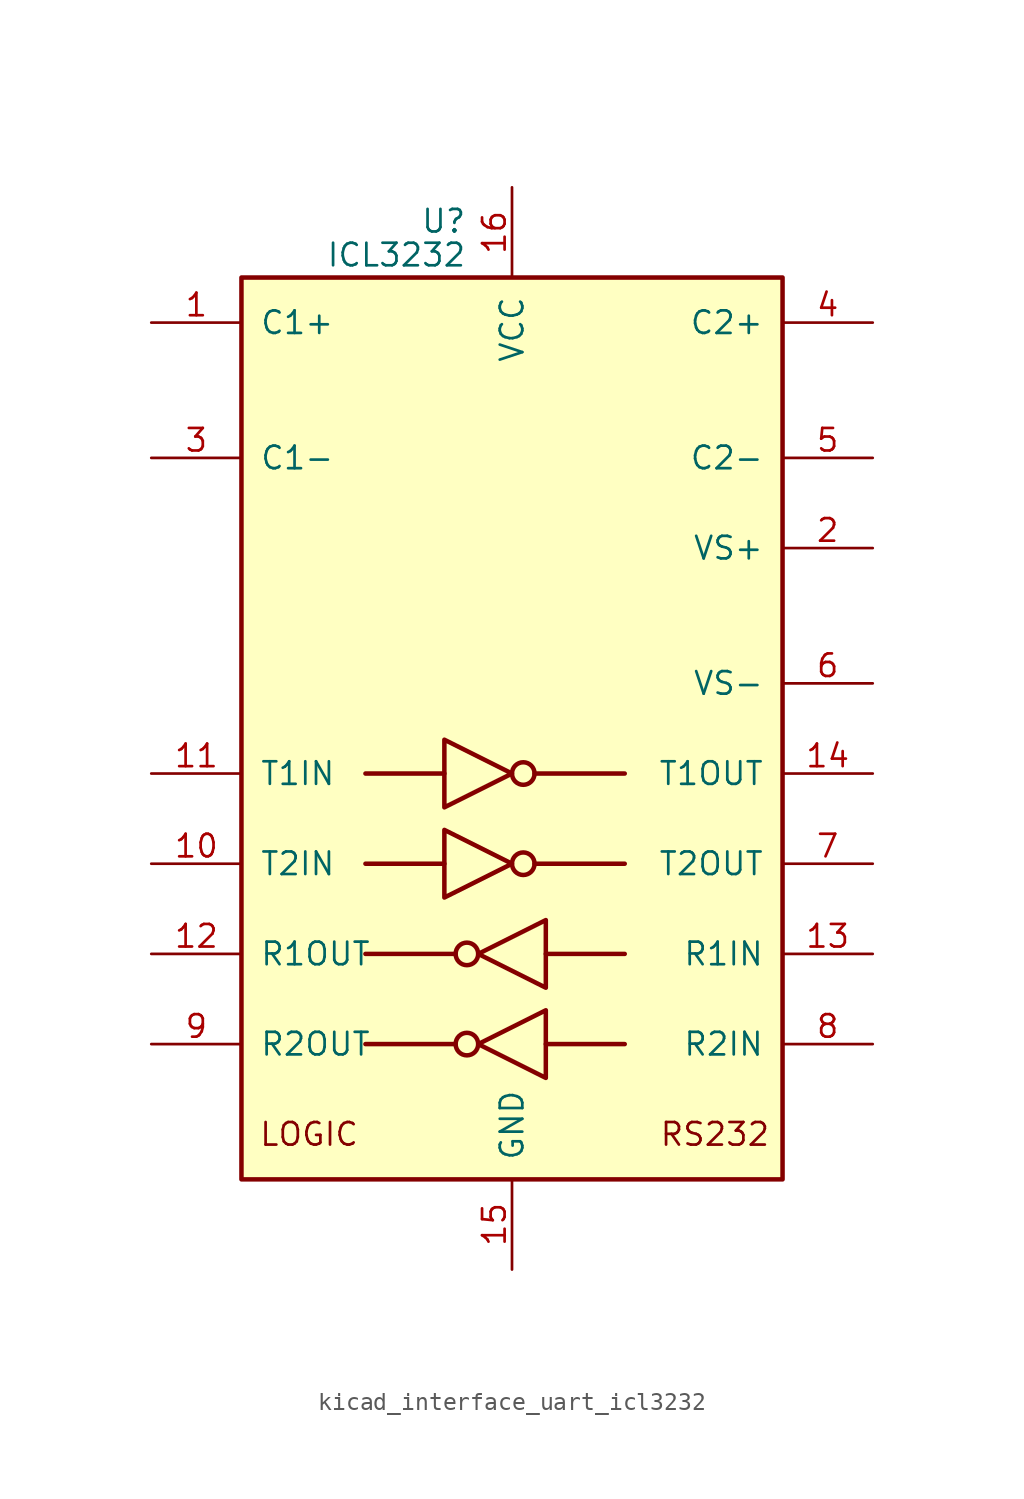
<source format=kicad_sym>
(kicad_symbol_lib
  (version 20220914)
  (generator kicad_symbol_editor)
  (symbol "kicad_interface_uart_icl3232"
    (pin_names
      (offset 1.016))
    (property "Reference" "U"
      (at -2.54 28.575 0)
      (effects (font (size 1.27 1.27)) (justify right)))
    (property "Value" "ICL3232"
      (at -2.54 26.67 0)
      (effects (font (size 1.27 1.27)) (justify right)))
    (symbol "kicad_interface_uart_icl3232_0_0"
      (text "LOGIC" (at -11.43 -22.86 0) (effects (font (size 1.27 1.27))))
      (text "RS232" (at 11.43 -22.86 0) (effects (font (size 1.27 1.27)))))
    (symbol "kicad_interface_uart_icl3232_0_1"
      (rectangle (start -15.24 -25.4) (end 15.24 25.4) (stroke (width 0.254) (type default)) (fill (type background)))
      (circle (center -2.54 -17.78) (radius 0.635) (stroke (width 0.254) (type default)) (fill (type none)))
      (circle (center -2.54 -12.7) (radius 0.635) (stroke (width 0.254) (type default)) (fill (type none)))
      (polyline (pts (xy -3.81 -7.62) (xy -8.255 -7.62)) (stroke (width 0.254) (type default)) (fill (type none)))
      (polyline (pts (xy -3.81 -2.54) (xy -8.255 -2.54)) (stroke (width 0.254) (type default)) (fill (type none)))
      (polyline (pts (xy -3.175 -17.78) (xy -8.255 -17.78)) (stroke (width 0.254) (type default)) (fill (type none)))
      (polyline (pts (xy -3.175 -12.7) (xy -8.255 -12.7)) (stroke (width 0.254) (type default)) (fill (type none)))
      (polyline (pts (xy 1.27 -7.62) (xy 6.35 -7.62)) (stroke (width 0.254) (type default)) (fill (type none)))
      (polyline (pts (xy 1.27 -2.54) (xy 6.35 -2.54)) (stroke (width 0.254) (type default)) (fill (type none)))
      (polyline (pts (xy 1.905 -17.78) (xy 6.35 -17.78)) (stroke (width 0.254) (type default)) (fill (type none)))
      (polyline (pts (xy 1.905 -12.7) (xy 6.35 -12.7)) (stroke (width 0.254) (type default)) (fill (type none)))
      (polyline (pts (xy -3.81 -5.715) (xy -3.81 -9.525) (xy 0 -7.62) (xy -3.81 -5.715)) (stroke (width 0.254) (type default)) (fill (type none)))
      (polyline (pts (xy -3.81 -0.635) (xy -3.81 -4.445) (xy 0 -2.54) (xy -3.81 -0.635)) (stroke (width 0.254) (type default)) (fill (type none)))
      (polyline (pts (xy 1.905 -15.875) (xy 1.905 -19.685) (xy -1.905 -17.78) (xy 1.905 -15.875)) (stroke (width 0.254) (type default)) (fill (type none)))
      (polyline (pts (xy 1.905 -10.795) (xy 1.905 -14.605) (xy -1.905 -12.7) (xy 1.905 -10.795)) (stroke (width 0.254) (type default)) (fill (type none)))
      (circle (center 0.635 -7.62) (radius 0.635) (stroke (width 0.254) (type default)) (fill (type none)))
      (circle (center 0.635 -2.54) (radius 0.635) (stroke (width 0.254) (type default)) (fill (type none))))
    (symbol "kicad_interface_uart_icl3232_1_1"
      (pin passive line (at -20.32 22.86 0) (length 5.08) (name "C1+" (effects (font (size 1.27 1.27)))) (number "1" (effects (font (size 1.27 1.27)))))
      (pin input line (at -20.32 -7.62 0) (length 5.08) (name "T2IN" (effects (font (size 1.27 1.27)))) (number "10" (effects (font (size 1.27 1.27)))))
      (pin input line (at -20.32 -2.54 0) (length 5.08) (name "T1IN" (effects (font (size 1.27 1.27)))) (number "11" (effects (font (size 1.27 1.27)))))
      (pin output line (at -20.32 -12.7 0) (length 5.08) (name "R1OUT" (effects (font (size 1.27 1.27)))) (number "12" (effects (font (size 1.27 1.27)))))
      (pin input line (at 20.32 -12.7 180) (length 5.08) (name "R1IN" (effects (font (size 1.27 1.27)))) (number "13" (effects (font (size 1.27 1.27)))))
      (pin output line (at 20.32 -2.54 180) (length 5.08) (name "T1OUT" (effects (font (size 1.27 1.27)))) (number "14" (effects (font (size 1.27 1.27)))))
      (pin power_in line (at 0 -30.48 90) (length 5.08) (name "GND" (effects (font (size 1.27 1.27)))) (number "15" (effects (font (size 1.27 1.27)))))
      (pin power_in line (at 0 30.48 270) (length 5.08) (name "VCC" (effects (font (size 1.27 1.27)))) (number "16" (effects (font (size 1.27 1.27)))))
      (pin power_out line (at 20.32 10.16 180) (length 5.08) (name "VS+" (effects (font (size 1.27 1.27)))) (number "2" (effects (font (size 1.27 1.27)))))
      (pin passive line (at -20.32 15.24 0) (length 5.08) (name "C1-" (effects (font (size 1.27 1.27)))) (number "3" (effects (font (size 1.27 1.27)))))
      (pin passive line (at 20.32 22.86 180) (length 5.08) (name "C2+" (effects (font (size 1.27 1.27)))) (number "4" (effects (font (size 1.27 1.27)))))
      (pin passive line (at 20.32 15.24 180) (length 5.08) (name "C2-" (effects (font (size 1.27 1.27)))) (number "5" (effects (font (size 1.27 1.27)))))
      (pin power_out line (at 20.32 2.54 180) (length 5.08) (name "VS-" (effects (font (size 1.27 1.27)))) (number "6" (effects (font (size 1.27 1.27)))))
      (pin output line (at 20.32 -7.62 180) (length 5.08) (name "T2OUT" (effects (font (size 1.27 1.27)))) (number "7" (effects (font (size 1.27 1.27)))))
      (pin input line (at 20.32 -17.78 180) (length 5.08) (name "R2IN" (effects (font (size 1.27 1.27)))) (number "8" (effects (font (size 1.27 1.27)))))
      (pin output line (at -20.32 -17.78 0) (length 5.08) (name "R2OUT" (effects (font (size 1.27 1.27)))) (number "9" (effects (font (size 1.27 1.27))))))))
</source>
